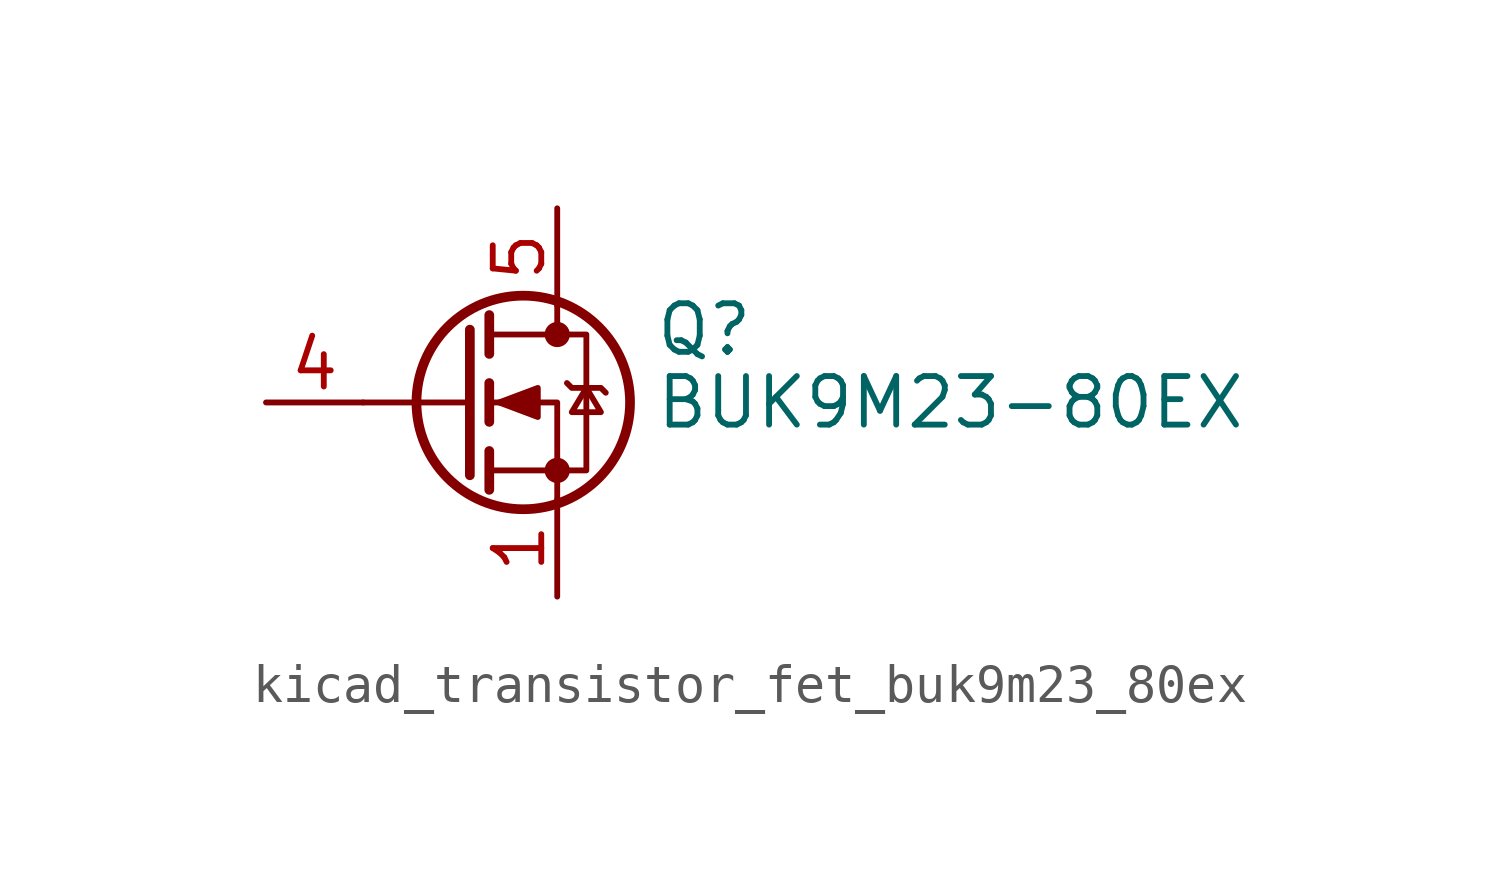
<source format=kicad_sym>
(kicad_symbol_lib
  (version 20220914)
  (generator kicad_symbol_editor)
  (symbol "kicad_transistor_fet_buk9m23_80ex"
    (pin_names hide)
    (property "Reference" "Q"
      (at 5.08 1.905 0)
      (effects (font (size 1.27 1.27)) (justify left)))
    (property "Value" "BUK9M23-80EX"
      (at 5.08 0 0)
      (effects (font (size 1.27 1.27)) (justify left)))
    (symbol "kicad_transistor_fet_buk9m23_80ex_0_1"
      (polyline (pts (xy 0.254 0) (xy -2.54 0)) (stroke (width 0) (type default)) (fill (type none)))
      (polyline (pts (xy 0.254 1.905) (xy 0.254 -1.905)) (stroke (width 0.254) (type default)) (fill (type none)))
      (polyline (pts (xy 0.762 -1.27) (xy 0.762 -2.286)) (stroke (width 0.254) (type default)) (fill (type none)))
      (polyline (pts (xy 0.762 0.508) (xy 0.762 -0.508)) (stroke (width 0.254) (type default)) (fill (type none)))
      (polyline (pts (xy 0.762 2.286) (xy 0.762 1.27)) (stroke (width 0.254) (type default)) (fill (type none)))
      (polyline (pts (xy 2.54 2.54) (xy 2.54 1.778)) (stroke (width 0) (type default)) (fill (type none)))
      (polyline (pts (xy 2.54 -2.54) (xy 2.54 0) (xy 0.762 0)) (stroke (width 0) (type default)) (fill (type none)))
      (polyline (pts (xy 0.762 -1.778) (xy 3.302 -1.778) (xy 3.302 1.778) (xy 0.762 1.778)) (stroke (width 0) (type default)) (fill (type none)))
      (polyline (pts (xy 1.016 0) (xy 2.032 0.381) (xy 2.032 -0.381) (xy 1.016 0)) (stroke (width 0) (type default)) (fill (type outline)))
      (polyline (pts (xy 2.794 0.508) (xy 2.921 0.381) (xy 3.683 0.381) (xy 3.81 0.254)) (stroke (width 0) (type default)) (fill (type none)))
      (polyline (pts (xy 3.302 0.381) (xy 2.921 -0.254) (xy 3.683 -0.254) (xy 3.302 0.381)) (stroke (width 0) (type default)) (fill (type none)))
      (circle (center 1.651 0) (radius 2.794) (stroke (width 0.254) (type default)) (fill (type none)))
      (circle (center 2.54 -1.778) (radius 0.254) (stroke (width 0) (type default)) (fill (type outline)))
      (circle (center 2.54 1.778) (radius 0.254) (stroke (width 0) (type default)) (fill (type outline))))
    (symbol "kicad_transistor_fet_buk9m23_80ex_1_1"
      (pin passive line (at 2.54 -5.08 90) (length 2.54) (name "S" (effects (font (size 1.27 1.27)))) (number "1" (effects (font (size 1.27 1.27)))))
      (pin passive line (at 2.54 -5.08 90) (length 2.54) hide (name "S" (effects (font (size 1.27 1.27)))) (number "2" (effects (font (size 1.27 1.27)))))
      (pin passive line (at 2.54 -5.08 90) (length 2.54) hide (name "S" (effects (font (size 1.27 1.27)))) (number "3" (effects (font (size 1.27 1.27)))))
      (pin passive line (at -5.08 0 0) (length 2.54) (name "G" (effects (font (size 1.27 1.27)))) (number "4" (effects (font (size 1.27 1.27)))))
      (pin passive line (at 2.54 5.08 270) (length 2.54) (name "D" (effects (font (size 1.27 1.27)))) (number "5" (effects (font (size 1.27 1.27))))))))
</source>
